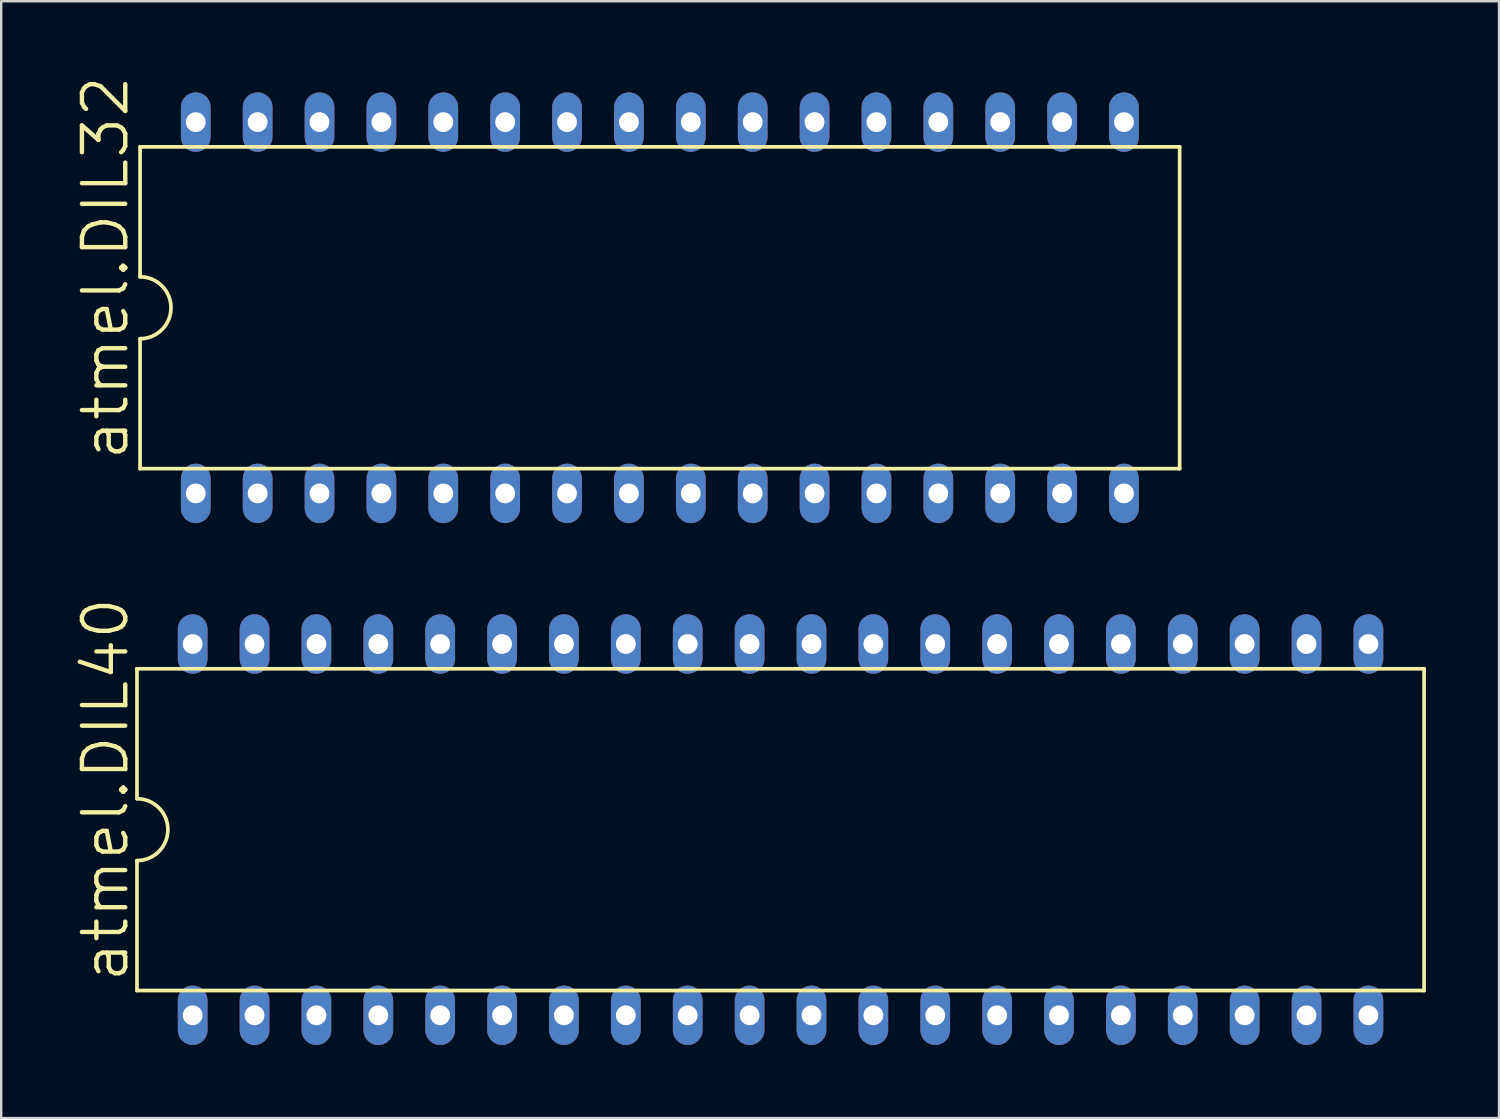
<source format=kicad_pcb>
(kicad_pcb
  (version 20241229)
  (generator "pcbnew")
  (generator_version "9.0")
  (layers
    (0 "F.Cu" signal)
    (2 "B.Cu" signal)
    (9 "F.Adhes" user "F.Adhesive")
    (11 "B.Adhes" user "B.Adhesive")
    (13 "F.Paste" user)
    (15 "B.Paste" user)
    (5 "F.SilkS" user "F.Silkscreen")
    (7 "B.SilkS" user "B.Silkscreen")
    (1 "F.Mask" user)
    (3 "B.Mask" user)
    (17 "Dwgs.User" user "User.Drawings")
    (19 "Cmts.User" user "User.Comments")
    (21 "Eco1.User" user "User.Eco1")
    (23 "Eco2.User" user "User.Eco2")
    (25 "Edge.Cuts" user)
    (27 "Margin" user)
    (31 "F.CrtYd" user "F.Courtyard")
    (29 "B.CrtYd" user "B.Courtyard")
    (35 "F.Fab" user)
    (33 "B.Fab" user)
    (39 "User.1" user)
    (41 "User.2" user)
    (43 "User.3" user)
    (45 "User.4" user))
  (footprint "atmel.DIL40"
    (layer "F.Cu")
    (at 28.988 31.004)
    (property "Reference" "atmel.DIL40" (at -26.67 6.35 90) (layer "F.SilkS") (effects (font (size 1.778 1.778) (thickness 0.18)) (justify left bottom)))
    (attr through_hole)
    (fp_line (start -26.416 -6.604) (end -26.416 -1.27) (stroke (width 0.152) (type default)) (layer "F.SilkS"))
    (fp_line (start -26.416 -6.604) (end 26.416 -6.604) (stroke (width 0.152) (type default)) (layer "F.SilkS"))
    (fp_line (start -26.416 1.27) (end -26.416 6.604) (stroke (width 0.152) (type default)) (layer "F.SilkS"))
    (fp_line (start -26.416 6.604) (end 26.416 6.604) (stroke (width 0.152) (type default)) (layer "F.SilkS"))
    (fp_line (start 26.416 6.604) (end 26.416 -6.604) (stroke (width 0.152) (type default)) (layer "F.SilkS"))
    (fp_arc (start -26.416 -1.27) (mid -25.146 0) (end -26.416 1.27) (stroke (width 0.1524) (type default)) (layer "F.SilkS"))
    (pad "1" thru_hole oval (at -24.13 7.62 90) (size 2.438 1.219) (drill 0.813) (layers "*.Cu" "*.Mask"))
    (pad "2" thru_hole oval (at -21.59 7.62 90) (size 2.438 1.219) (drill 0.813) (layers "*.Cu" "*.Mask"))
    (pad "3" thru_hole oval (at -19.05 7.62 90) (size 2.438 1.219) (drill 0.813) (layers "*.Cu" "*.Mask"))
    (pad "4" thru_hole oval (at -16.51 7.62 90) (size 2.438 1.219) (drill 0.813) (layers "*.Cu" "*.Mask"))
    (pad "5" thru_hole oval (at -13.97 7.62 90) (size 2.438 1.219) (drill 0.813) (layers "*.Cu" "*.Mask"))
    (pad "6" thru_hole oval (at -11.43 7.62 90) (size 2.438 1.219) (drill 0.813) (layers "*.Cu" "*.Mask"))
    (pad "7" thru_hole oval (at -8.89 7.62 90) (size 2.438 1.219) (drill 0.813) (layers "*.Cu" "*.Mask"))
    (pad "8" thru_hole oval (at -6.35 7.62 90) (size 2.438 1.219) (drill 0.813) (layers "*.Cu" "*.Mask"))
    (pad "9" thru_hole oval (at -3.81 7.62 90) (size 2.438 1.219) (drill 0.813) (layers "*.Cu" "*.Mask"))
    (pad "10" thru_hole oval (at -1.27 7.62 90) (size 2.438 1.219) (drill 0.813) (layers "*.Cu" "*.Mask"))
    (pad "11" thru_hole oval (at 1.27 7.62 90) (size 2.438 1.219) (drill 0.813) (layers "*.Cu" "*.Mask"))
    (pad "12" thru_hole oval (at 3.81 7.62 90) (size 2.438 1.219) (drill 0.813) (layers "*.Cu" "*.Mask"))
    (pad "13" thru_hole oval (at 6.35 7.62 90) (size 2.438 1.219) (drill 0.813) (layers "*.Cu" "*.Mask"))
    (pad "14" thru_hole oval (at 8.89 7.62 90) (size 2.438 1.219) (drill 0.813) (layers "*.Cu" "*.Mask"))
    (pad "15" thru_hole oval (at 11.43 7.62 90) (size 2.438 1.219) (drill 0.813) (layers "*.Cu" "*.Mask"))
    (pad "16" thru_hole oval (at 13.97 7.62 90) (size 2.438 1.219) (drill 0.813) (layers "*.Cu" "*.Mask"))
    (pad "17" thru_hole oval (at 16.51 7.62 90) (size 2.438 1.219) (drill 0.813) (layers "*.Cu" "*.Mask"))
    (pad "18" thru_hole oval (at 19.05 7.62 90) (size 2.438 1.219) (drill 0.813) (layers "*.Cu" "*.Mask"))
    (pad "19" thru_hole oval (at 21.59 7.62 90) (size 2.438 1.219) (drill 0.813) (layers "*.Cu" "*.Mask"))
    (pad "20" thru_hole oval (at 24.13 7.62 90) (size 2.438 1.219) (drill 0.813) (layers "*.Cu" "*.Mask"))
    (pad "21" thru_hole oval (at 24.13 -7.62 90) (size 2.438 1.219) (drill 0.813) (layers "*.Cu" "*.Mask"))
    (pad "22" thru_hole oval (at 21.59 -7.62 90) (size 2.438 1.219) (drill 0.813) (layers "*.Cu" "*.Mask"))
    (pad "23" thru_hole oval (at 19.05 -7.62 90) (size 2.438 1.219) (drill 0.813) (layers "*.Cu" "*.Mask"))
    (pad "24" thru_hole oval (at 16.51 -7.62 90) (size 2.438 1.219) (drill 0.813) (layers "*.Cu" "*.Mask"))
    (pad "25" thru_hole oval (at 13.97 -7.62 90) (size 2.438 1.219) (drill 0.813) (layers "*.Cu" "*.Mask"))
    (pad "26" thru_hole oval (at 11.43 -7.62 90) (size 2.438 1.219) (drill 0.813) (layers "*.Cu" "*.Mask"))
    (pad "27" thru_hole oval (at 8.89 -7.62 90) (size 2.438 1.219) (drill 0.813) (layers "*.Cu" "*.Mask"))
    (pad "28" thru_hole oval (at 6.35 -7.62 90) (size 2.438 1.219) (drill 0.813) (layers "*.Cu" "*.Mask"))
    (pad "29" thru_hole oval (at 3.81 -7.62 90) (size 2.438 1.219) (drill 0.813) (layers "*.Cu" "*.Mask"))
    (pad "30" thru_hole oval (at 1.27 -7.62 90) (size 2.438 1.219) (drill 0.813) (layers "*.Cu" "*.Mask"))
    (pad "31" thru_hole oval (at -1.27 -7.62 90) (size 2.438 1.219) (drill 0.813) (layers "*.Cu" "*.Mask"))
    (pad "32" thru_hole oval (at -3.81 -7.62 90) (size 2.438 1.219) (drill 0.813) (layers "*.Cu" "*.Mask"))
    (pad "33" thru_hole oval (at -6.35 -7.62 90) (size 2.438 1.219) (drill 0.813) (layers "*.Cu" "*.Mask"))
    (pad "34" thru_hole oval (at -8.89 -7.62 90) (size 2.438 1.219) (drill 0.813) (layers "*.Cu" "*.Mask"))
    (pad "35" thru_hole oval (at -11.43 -7.62 90) (size 2.438 1.219) (drill 0.813) (layers "*.Cu" "*.Mask"))
    (pad "36" thru_hole oval (at -13.97 -7.62 90) (size 2.438 1.219) (drill 0.813) (layers "*.Cu" "*.Mask"))
    (pad "37" thru_hole oval (at -16.51 -7.62 90) (size 2.438 1.219) (drill 0.813) (layers "*.Cu" "*.Mask"))
    (pad "38" thru_hole oval (at -19.05 -7.62 90) (size 2.438 1.219) (drill 0.813) (layers "*.Cu" "*.Mask"))
    (pad "39" thru_hole oval (at -21.59 -7.62 90) (size 2.438 1.219) (drill 0.813) (layers "*.Cu" "*.Mask"))
    (pad "40" thru_hole oval (at -24.13 -7.62 90) (size 2.438 1.219) (drill 0.813) (layers "*.Cu" "*.Mask")))
  (footprint "atmel.DIL32"
    (layer "F.Cu")
    (at 24.035 9.582)
    (property "Reference" "atmel.DIL32" (at -21.717 6.35 90) (layer "F.SilkS") (effects (font (size 1.778 1.778) (thickness 0.18)) (justify left bottom)))
    (attr through_hole)
    (fp_line (start -21.336 -6.604) (end -21.336 -1.27) (stroke (width 0.152) (type default)) (layer "F.SilkS"))
    (fp_line (start -21.336 -6.604) (end 21.336 -6.604) (stroke (width 0.152) (type default)) (layer "F.SilkS"))
    (fp_line (start -21.336 1.27) (end -21.336 6.604) (stroke (width 0.152) (type default)) (layer "F.SilkS"))
    (fp_line (start -21.336 6.604) (end 21.336 6.604) (stroke (width 0.152) (type default)) (layer "F.SilkS"))
    (fp_line (start 21.336 6.604) (end 21.336 -6.604) (stroke (width 0.152) (type default)) (layer "F.SilkS"))
    (fp_arc (start -21.336 -1.27) (mid -20.066 0) (end -21.336 1.27) (stroke (width 0.1524) (type default)) (layer "F.SilkS"))
    (pad "1" thru_hole oval (at -19.05 7.62 90) (size 2.438 1.219) (drill 0.813) (layers "*.Cu" "*.Mask"))
    (pad "2" thru_hole oval (at -16.51 7.62 90) (size 2.438 1.219) (drill 0.813) (layers "*.Cu" "*.Mask"))
    (pad "3" thru_hole oval (at -13.97 7.62 90) (size 2.438 1.219) (drill 0.813) (layers "*.Cu" "*.Mask"))
    (pad "4" thru_hole oval (at -11.43 7.62 90) (size 2.438 1.219) (drill 0.813) (layers "*.Cu" "*.Mask"))
    (pad "5" thru_hole oval (at -8.89 7.62 90) (size 2.438 1.219) (drill 0.813) (layers "*.Cu" "*.Mask"))
    (pad "6" thru_hole oval (at -6.35 7.62 90) (size 2.438 1.219) (drill 0.813) (layers "*.Cu" "*.Mask"))
    (pad "7" thru_hole oval (at -3.81 7.62 90) (size 2.438 1.219) (drill 0.813) (layers "*.Cu" "*.Mask"))
    (pad "8" thru_hole oval (at -1.27 7.62 90) (size 2.438 1.219) (drill 0.813) (layers "*.Cu" "*.Mask"))
    (pad "9" thru_hole oval (at 1.27 7.62 90) (size 2.438 1.219) (drill 0.813) (layers "*.Cu" "*.Mask"))
    (pad "10" thru_hole oval (at 3.81 7.62 90) (size 2.438 1.219) (drill 0.813) (layers "*.Cu" "*.Mask"))
    (pad "11" thru_hole oval (at 6.35 7.62 90) (size 2.438 1.219) (drill 0.813) (layers "*.Cu" "*.Mask"))
    (pad "12" thru_hole oval (at 8.89 7.62 90) (size 2.438 1.219) (drill 0.813) (layers "*.Cu" "*.Mask"))
    (pad "13" thru_hole oval (at 11.43 7.62 90) (size 2.438 1.219) (drill 0.813) (layers "*.Cu" "*.Mask"))
    (pad "14" thru_hole oval (at 13.97 7.62 90) (size 2.438 1.219) (drill 0.813) (layers "*.Cu" "*.Mask"))
    (pad "15" thru_hole oval (at 16.51 7.62 90) (size 2.438 1.219) (drill 0.813) (layers "*.Cu" "*.Mask"))
    (pad "16" thru_hole oval (at 19.05 7.62 90) (size 2.438 1.219) (drill 0.813) (layers "*.Cu" "*.Mask"))
    (pad "17" thru_hole oval (at 19.05 -7.62 90) (size 2.438 1.219) (drill 0.813) (layers "*.Cu" "*.Mask"))
    (pad "18" thru_hole oval (at 16.51 -7.62 90) (size 2.438 1.219) (drill 0.813) (layers "*.Cu" "*.Mask"))
    (pad "19" thru_hole oval (at 13.97 -7.62 90) (size 2.438 1.219) (drill 0.813) (layers "*.Cu" "*.Mask"))
    (pad "20" thru_hole oval (at 11.43 -7.62 90) (size 2.438 1.219) (drill 0.813) (layers "*.Cu" "*.Mask"))
    (pad "21" thru_hole oval (at 8.89 -7.62 90) (size 2.438 1.219) (drill 0.813) (layers "*.Cu" "*.Mask"))
    (pad "22" thru_hole oval (at 6.35 -7.62 90) (size 2.438 1.219) (drill 0.813) (layers "*.Cu" "*.Mask"))
    (pad "23" thru_hole oval (at 3.81 -7.62 90) (size 2.438 1.219) (drill 0.813) (layers "*.Cu" "*.Mask"))
    (pad "24" thru_hole oval (at 1.27 -7.62 90) (size 2.438 1.219) (drill 0.813) (layers "*.Cu" "*.Mask"))
    (pad "25" thru_hole oval (at -1.27 -7.62 90) (size 2.438 1.219) (drill 0.813) (layers "*.Cu" "*.Mask"))
    (pad "26" thru_hole oval (at -3.81 -7.62 90) (size 2.438 1.219) (drill 0.813) (layers "*.Cu" "*.Mask"))
    (pad "27" thru_hole oval (at -6.35 -7.62 90) (size 2.438 1.219) (drill 0.813) (layers "*.Cu" "*.Mask"))
    (pad "28" thru_hole oval (at -8.89 -7.62 90) (size 2.438 1.219) (drill 0.813) (layers "*.Cu" "*.Mask"))
    (pad "29" thru_hole oval (at -11.43 -7.62 90) (size 2.438 1.219) (drill 0.813) (layers "*.Cu" "*.Mask"))
    (pad "30" thru_hole oval (at -13.97 -7.62 90) (size 2.438 1.219) (drill 0.813) (layers "*.Cu" "*.Mask"))
    (pad "31" thru_hole oval (at -16.51 -7.62 90) (size 2.438 1.219) (drill 0.813) (layers "*.Cu" "*.Mask"))
    (pad "32" thru_hole oval (at -19.05 -7.62 90) (size 2.438 1.219) (drill 0.813) (layers "*.Cu" "*.Mask")))
  (gr_rect
    (start -3 -3)
    (end 58.48 42.843)
    (stroke (width 0.1) (type default))
    (fill no)
    (layer "Edge.Cuts")))
</source>
